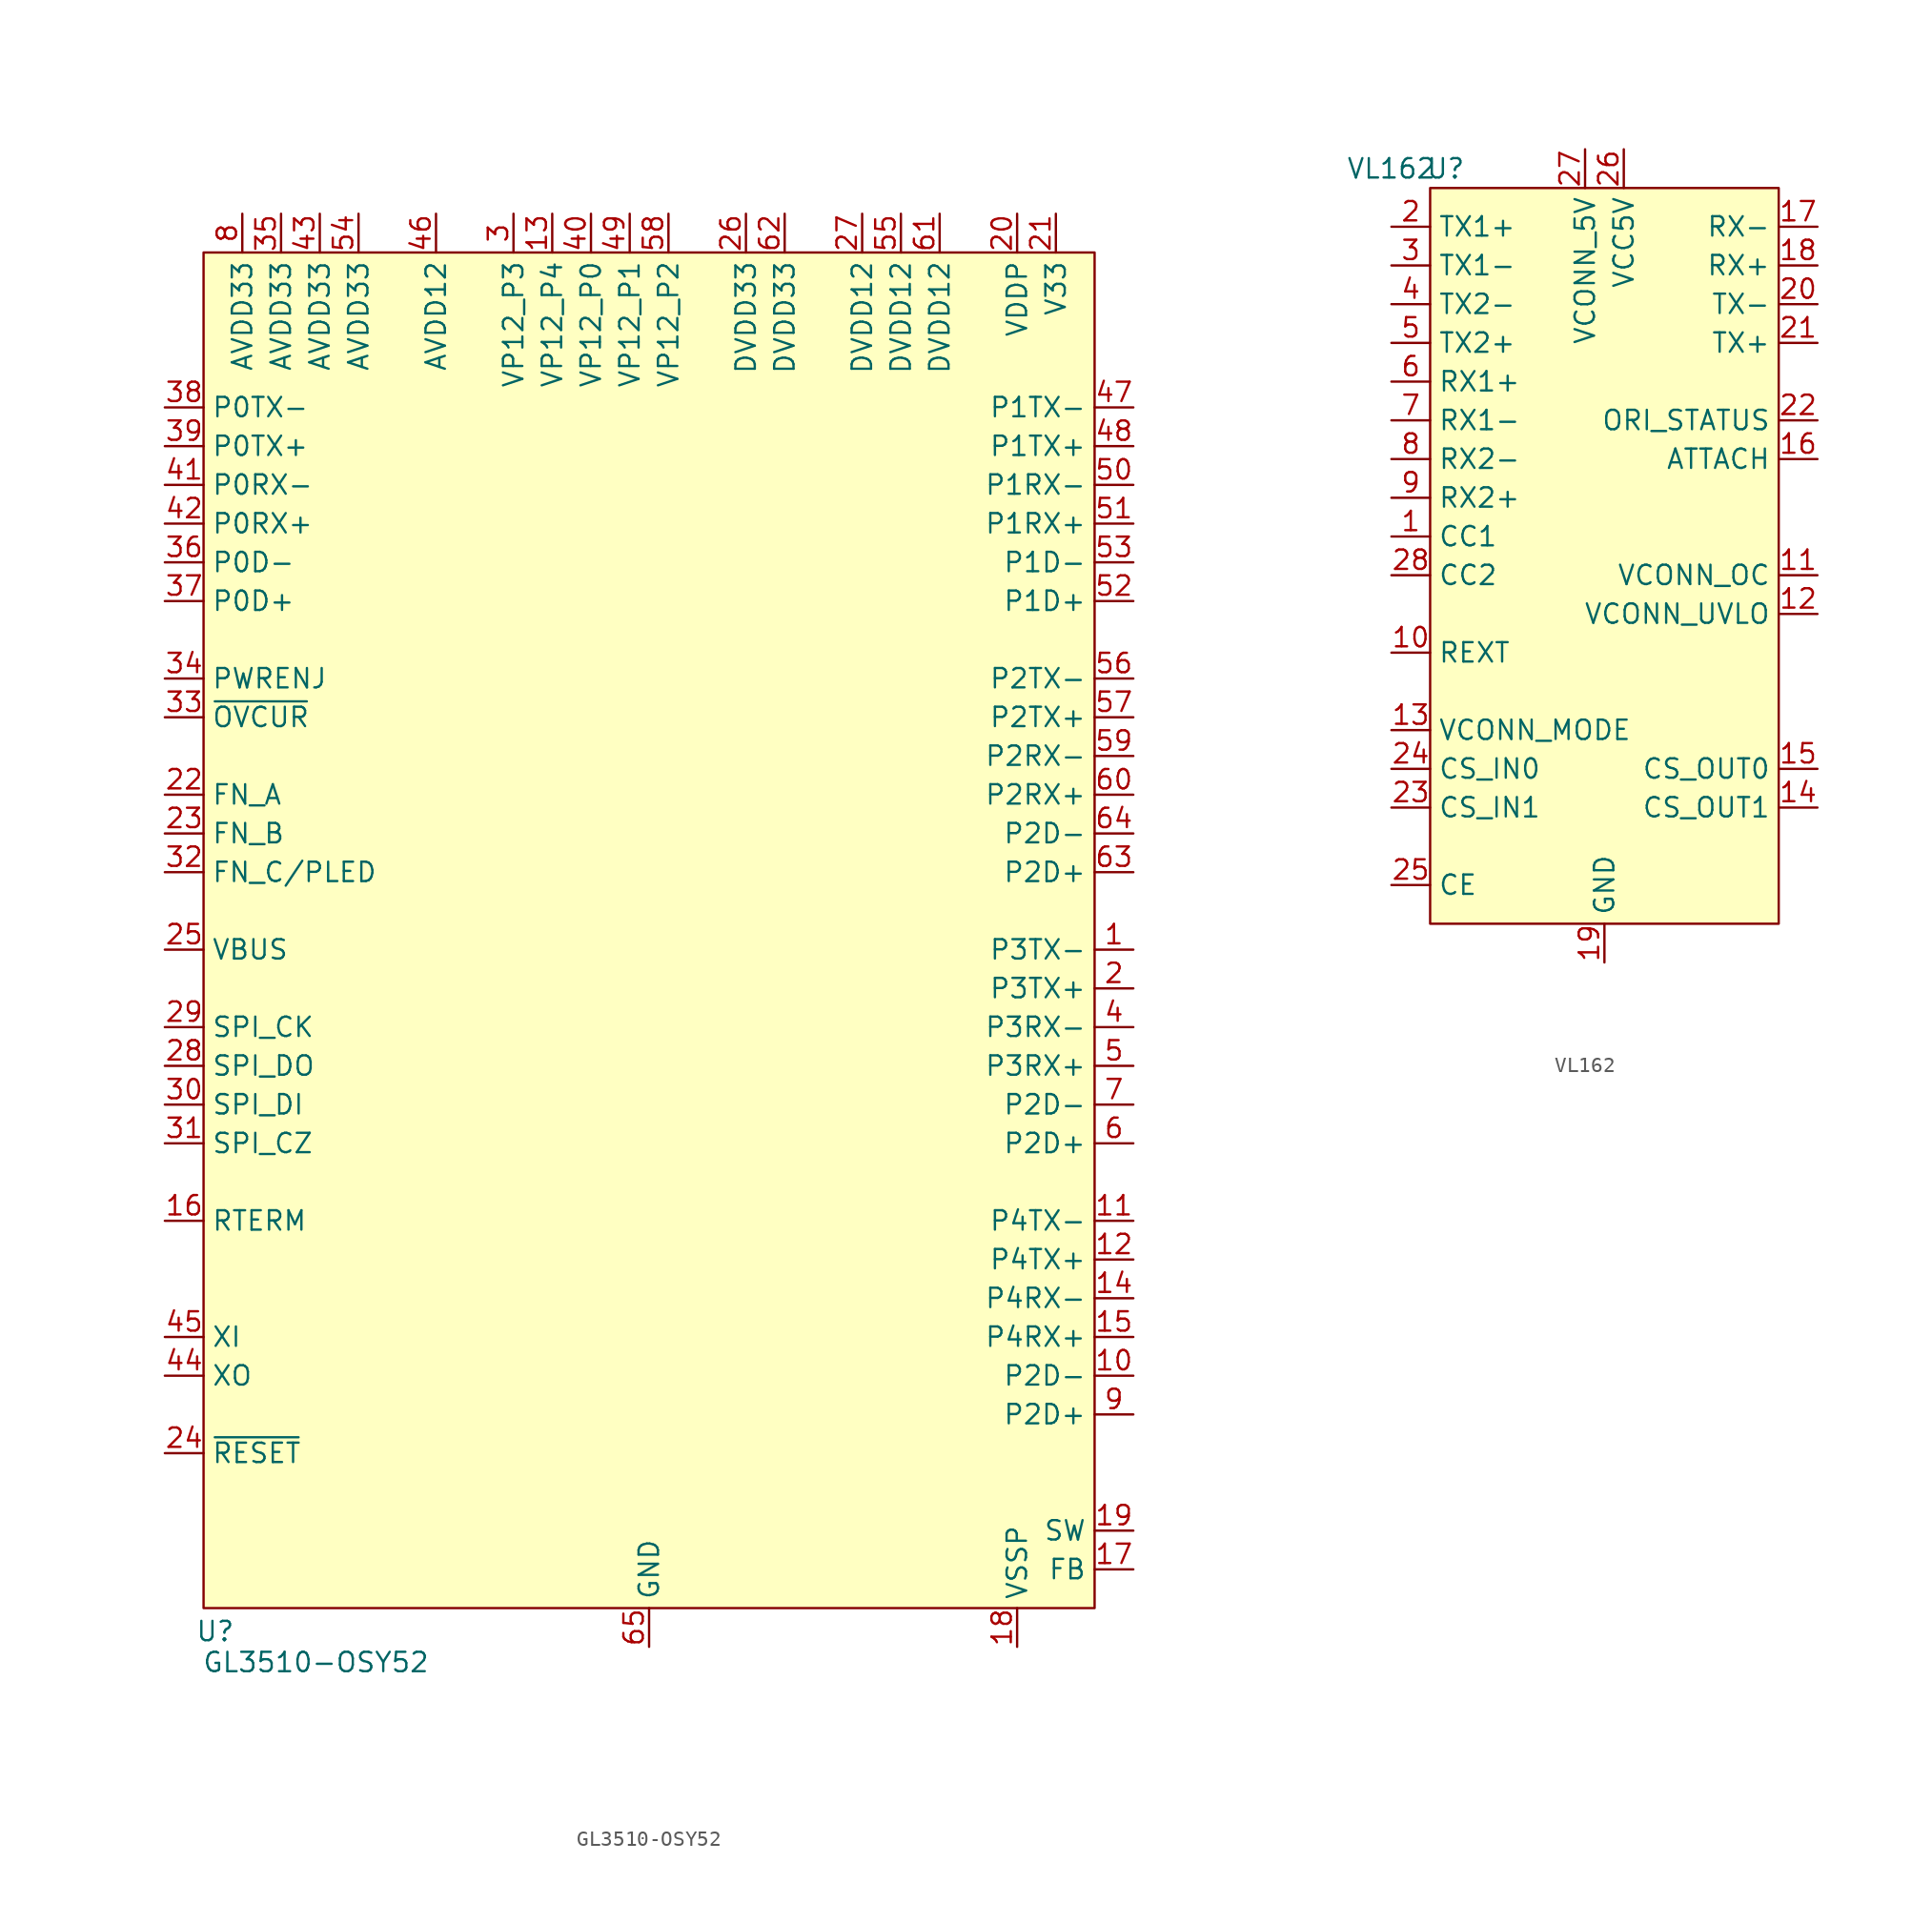
<source format=kicad_sym>
(kicad_symbol_lib
  (version 20231120)
  (generator "kicad_symbol_editor")
  (generator_version "8.0")
  (symbol "GL3510-OSY52"
    (property "Reference" "U"
      (at -28.448 -43.434 0)
      (effects (font (size 1.27 1.27))))
    (property "Value" "GL3510-OSY52"
      (at -21.844 -45.466 0)
      (effects (font (size 1.27 1.27))))
    (symbol "GL3510-OSY52_1_1"
      (rectangle (start -29.21 46.99) (end 29.21 -41.91) (stroke (width 0) (type default)) (fill (type background)))
      (pin output line (at 31.75 1.27 180) (length 2.54) (name "P3TX-" (effects (font (size 1.27 1.27)))) (number "1" (effects (font (size 1.27 1.27)))))
      (pin bidirectional line (at 31.75 -26.67 180) (length 2.54) (name "P2D-" (effects (font (size 1.27 1.27)))) (number "10" (effects (font (size 1.27 1.27)))))
      (pin output line (at 31.75 -16.51 180) (length 2.54) (name "P4TX-" (effects (font (size 1.27 1.27)))) (number "11" (effects (font (size 1.27 1.27)))))
      (pin output line (at 31.75 -19.05 180) (length 2.54) (name "P4TX+" (effects (font (size 1.27 1.27)))) (number "12" (effects (font (size 1.27 1.27)))))
      (pin power_in line (at -6.35 49.53 270) (length 2.54) (name "VP12_P4" (effects (font (size 1.27 1.27)))) (number "13" (effects (font (size 1.27 1.27)))))
      (pin input line (at 31.75 -21.59 180) (length 2.54) (name "P4RX-" (effects (font (size 1.27 1.27)))) (number "14" (effects (font (size 1.27 1.27)))))
      (pin input line (at 31.75 -24.13 180) (length 2.54) (name "P4RX+" (effects (font (size 1.27 1.27)))) (number "15" (effects (font (size 1.27 1.27)))))
      (pin passive line (at -31.75 -16.51 0) (length 2.54) (name "RTERM" (effects (font (size 1.27 1.27)))) (number "16" (effects (font (size 1.27 1.27)))))
      (pin input line (at 31.75 -39.37 180) (length 2.54) (name "FB" (effects (font (size 1.27 1.27)))) (number "17" (effects (font (size 1.27 1.27)))))
      (pin power_in line (at 24.13 -44.45 90) (length 2.54) (name "VSSP" (effects (font (size 1.27 1.27)))) (number "18" (effects (font (size 1.27 1.27)))))
      (pin input line (at 31.75 -36.83 180) (length 2.54) (name "SW" (effects (font (size 1.27 1.27)))) (number "19" (effects (font (size 1.27 1.27)))))
      (pin output line (at 31.75 -1.27 180) (length 2.54) (name "P3TX+" (effects (font (size 1.27 1.27)))) (number "2" (effects (font (size 1.27 1.27)))))
      (pin power_in line (at 24.13 49.53 270) (length 2.54) (name "VDDP" (effects (font (size 1.27 1.27)))) (number "20" (effects (font (size 1.27 1.27)))))
      (pin power_in line (at 26.67 49.53 270) (length 2.54) (name "V33" (effects (font (size 1.27 1.27)))) (number "21" (effects (font (size 1.27 1.27)))))
      (pin bidirectional line (at -31.75 11.43 0) (length 2.54) (name "FN_A" (effects (font (size 1.27 1.27)))) (number "22" (effects (font (size 1.27 1.27)))))
      (pin bidirectional line (at -31.75 8.89 0) (length 2.54) (name "FN_B" (effects (font (size 1.27 1.27)))) (number "23" (effects (font (size 1.27 1.27)))))
      (pin input line (at -31.75 -31.75 0) (length 2.54) (name "~{RESET}" (effects (font (size 1.27 1.27)))) (number "24" (effects (font (size 1.27 1.27)))))
      (pin input line (at -31.75 1.27 0) (length 2.54) (name "VBUS" (effects (font (size 1.27 1.27)))) (number "25" (effects (font (size 1.27 1.27)))))
      (pin power_in line (at 6.35 49.53 270) (length 2.54) (name "DVDD33" (effects (font (size 1.27 1.27)))) (number "26" (effects (font (size 1.27 1.27)))))
      (pin power_in line (at 13.97 49.53 270) (length 2.54) (name "DVDD12" (effects (font (size 1.27 1.27)))) (number "27" (effects (font (size 1.27 1.27)))))
      (pin bidirectional line (at -31.75 -6.35 0) (length 2.54) (name "SPI_DO" (effects (font (size 1.27 1.27)))) (number "28" (effects (font (size 1.27 1.27)))))
      (pin bidirectional line (at -31.75 -3.81 0) (length 2.54) (name "SPI_CK" (effects (font (size 1.27 1.27)))) (number "29" (effects (font (size 1.27 1.27)))))
      (pin power_in line (at -8.89 49.53 270) (length 2.54) (name "VP12_P3" (effects (font (size 1.27 1.27)))) (number "3" (effects (font (size 1.27 1.27)))))
      (pin bidirectional line (at -31.75 -8.89 0) (length 2.54) (name "SPI_DI" (effects (font (size 1.27 1.27)))) (number "30" (effects (font (size 1.27 1.27)))))
      (pin bidirectional line (at -31.75 -11.43 0) (length 2.54) (name "SPI_CZ" (effects (font (size 1.27 1.27)))) (number "31" (effects (font (size 1.27 1.27)))))
      (pin bidirectional line (at -31.75 6.35 0) (length 2.54) (name "FN_C/PLED" (effects (font (size 1.27 1.27)))) (number "32" (effects (font (size 1.27 1.27)))))
      (pin input line (at -31.75 16.51 0) (length 2.54) (name "~{OVCUR}" (effects (font (size 1.27 1.27)))) (number "33" (effects (font (size 1.27 1.27)))))
      (pin bidirectional line (at -31.75 19.05 0) (length 2.54) (name "PWRENJ" (effects (font (size 1.27 1.27)))) (number "34" (effects (font (size 1.27 1.27)))))
      (pin power_in line (at -24.13 49.53 270) (length 2.54) (name "AVDD33" (effects (font (size 1.27 1.27)))) (number "35" (effects (font (size 1.27 1.27)))))
      (pin bidirectional line (at -31.75 26.67 0) (length 2.54) (name "P0D-" (effects (font (size 1.27 1.27)))) (number "36" (effects (font (size 1.27 1.27)))))
      (pin bidirectional line (at -31.75 24.13 0) (length 2.54) (name "P0D+" (effects (font (size 1.27 1.27)))) (number "37" (effects (font (size 1.27 1.27)))))
      (pin output line (at -31.75 36.83 0) (length 2.54) (name "P0TX-" (effects (font (size 1.27 1.27)))) (number "38" (effects (font (size 1.27 1.27)))))
      (pin output line (at -31.75 34.29 0) (length 2.54) (name "P0TX+" (effects (font (size 1.27 1.27)))) (number "39" (effects (font (size 1.27 1.27)))))
      (pin input line (at 31.75 -3.81 180) (length 2.54) (name "P3RX-" (effects (font (size 1.27 1.27)))) (number "4" (effects (font (size 1.27 1.27)))))
      (pin power_in line (at -3.81 49.53 270) (length 2.54) (name "VP12_P0" (effects (font (size 1.27 1.27)))) (number "40" (effects (font (size 1.27 1.27)))))
      (pin input line (at -31.75 31.75 0) (length 2.54) (name "P0RX-" (effects (font (size 1.27 1.27)))) (number "41" (effects (font (size 1.27 1.27)))))
      (pin input line (at -31.75 29.21 0) (length 2.54) (name "P0RX+" (effects (font (size 1.27 1.27)))) (number "42" (effects (font (size 1.27 1.27)))))
      (pin power_in line (at -21.59 49.53 270) (length 2.54) (name "AVDD33" (effects (font (size 1.27 1.27)))) (number "43" (effects (font (size 1.27 1.27)))))
      (pin output line (at -31.75 -26.67 0) (length 2.54) (name "XO" (effects (font (size 1.27 1.27)))) (number "44" (effects (font (size 1.27 1.27)))))
      (pin input line (at -31.75 -24.13 0) (length 2.54) (name "XI" (effects (font (size 1.27 1.27)))) (number "45" (effects (font (size 1.27 1.27)))))
      (pin power_in line (at -13.97 49.53 270) (length 2.54) (name "AVDD12" (effects (font (size 1.27 1.27)))) (number "46" (effects (font (size 1.27 1.27)))))
      (pin output line (at 31.75 36.83 180) (length 2.54) (name "P1TX-" (effects (font (size 1.27 1.27)))) (number "47" (effects (font (size 1.27 1.27)))))
      (pin output line (at 31.75 34.29 180) (length 2.54) (name "P1TX+" (effects (font (size 1.27 1.27)))) (number "48" (effects (font (size 1.27 1.27)))))
      (pin power_in line (at -1.27 49.53 270) (length 2.54) (name "VP12_P1" (effects (font (size 1.27 1.27)))) (number "49" (effects (font (size 1.27 1.27)))))
      (pin input line (at 31.75 -6.35 180) (length 2.54) (name "P3RX+" (effects (font (size 1.27 1.27)))) (number "5" (effects (font (size 1.27 1.27)))))
      (pin input line (at 31.75 31.75 180) (length 2.54) (name "P1RX-" (effects (font (size 1.27 1.27)))) (number "50" (effects (font (size 1.27 1.27)))))
      (pin input line (at 31.75 29.21 180) (length 2.54) (name "P1RX+" (effects (font (size 1.27 1.27)))) (number "51" (effects (font (size 1.27 1.27)))))
      (pin bidirectional line (at 31.75 24.13 180) (length 2.54) (name "P1D+" (effects (font (size 1.27 1.27)))) (number "52" (effects (font (size 1.27 1.27)))))
      (pin bidirectional line (at 31.75 26.67 180) (length 2.54) (name "P1D-" (effects (font (size 1.27 1.27)))) (number "53" (effects (font (size 1.27 1.27)))))
      (pin power_in line (at -19.05 49.53 270) (length 2.54) (name "AVDD33" (effects (font (size 1.27 1.27)))) (number "54" (effects (font (size 1.27 1.27)))))
      (pin power_in line (at 16.51 49.53 270) (length 2.54) (name "DVDD12" (effects (font (size 1.27 1.27)))) (number "55" (effects (font (size 1.27 1.27)))))
      (pin output line (at 31.75 19.05 180) (length 2.54) (name "P2TX-" (effects (font (size 1.27 1.27)))) (number "56" (effects (font (size 1.27 1.27)))))
      (pin output line (at 31.75 16.51 180) (length 2.54) (name "P2TX+" (effects (font (size 1.27 1.27)))) (number "57" (effects (font (size 1.27 1.27)))))
      (pin power_in line (at 1.27 49.53 270) (length 2.54) (name "VP12_P2" (effects (font (size 1.27 1.27)))) (number "58" (effects (font (size 1.27 1.27)))))
      (pin input line (at 31.75 13.97 180) (length 2.54) (name "P2RX-" (effects (font (size 1.27 1.27)))) (number "59" (effects (font (size 1.27 1.27)))))
      (pin bidirectional line (at 31.75 -11.43 180) (length 2.54) (name "P2D+" (effects (font (size 1.27 1.27)))) (number "6" (effects (font (size 1.27 1.27)))))
      (pin input line (at 31.75 11.43 180) (length 2.54) (name "P2RX+" (effects (font (size 1.27 1.27)))) (number "60" (effects (font (size 1.27 1.27)))))
      (pin power_in line (at 19.05 49.53 270) (length 2.54) (name "DVDD12" (effects (font (size 1.27 1.27)))) (number "61" (effects (font (size 1.27 1.27)))))
      (pin power_in line (at 8.89 49.53 270) (length 2.54) (name "DVDD33" (effects (font (size 1.27 1.27)))) (number "62" (effects (font (size 1.27 1.27)))))
      (pin bidirectional line (at 31.75 6.35 180) (length 2.54) (name "P2D+" (effects (font (size 1.27 1.27)))) (number "63" (effects (font (size 1.27 1.27)))))
      (pin bidirectional line (at 31.75 8.89 180) (length 2.54) (name "P2D-" (effects (font (size 1.27 1.27)))) (number "64" (effects (font (size 1.27 1.27)))))
      (pin power_in line (at 0 -44.45 90) (length 2.54) (name "GND" (effects (font (size 1.27 1.27)))) (number "65" (effects (font (size 1.27 1.27)))))
      (pin bidirectional line (at 31.75 -8.89 180) (length 2.54) (name "P2D-" (effects (font (size 1.27 1.27)))) (number "7" (effects (font (size 1.27 1.27)))))
      (pin power_in line (at -26.67 49.53 270) (length 2.54) (name "AVDD33" (effects (font (size 1.27 1.27)))) (number "8" (effects (font (size 1.27 1.27)))))
      (pin bidirectional line (at 31.75 -29.21 180) (length 2.54) (name "P2D+" (effects (font (size 1.27 1.27)))) (number "9" (effects (font (size 1.27 1.27)))))))
  (symbol "VL162"
    (property "Reference" "U"
      (at -10.414 25.4 0)
      (effects (font (size 1.27 1.27))))
    (property "Value" "VL162"
      (at -13.97 25.4 0)
      (effects (font (size 1.27 1.27))))
    (symbol "VL162_1_1"
      (rectangle (start -11.43 24.13) (end 11.43 -24.13) (stroke (width 0) (type default)) (fill (type background)))
      (pin bidirectional line (at -13.97 1.27 0) (length 2.54) (name "CC1" (effects (font (size 1.27 1.27)))) (number "1" (effects (font (size 1.27 1.27)))))
      (pin input line (at -13.97 -6.35 0) (length 2.54) (name "REXT" (effects (font (size 1.27 1.27)))) (number "10" (effects (font (size 1.27 1.27)))))
      (pin output line (at 13.97 -1.27 180) (length 2.54) (name "VCONN_OC" (effects (font (size 1.27 1.27)))) (number "11" (effects (font (size 1.27 1.27)))))
      (pin output line (at 13.97 -3.81 180) (length 2.54) (name "VCONN_UVLO" (effects (font (size 1.27 1.27)))) (number "12" (effects (font (size 1.27 1.27)))))
      (pin input line (at -13.97 -11.43 0) (length 2.54) (name "VCONN_MODE" (effects (font (size 1.27 1.27)))) (number "13" (effects (font (size 1.27 1.27)))))
      (pin output line (at 13.97 -16.51 180) (length 2.54) (name "CS_OUT1" (effects (font (size 1.27 1.27)))) (number "14" (effects (font (size 1.27 1.27)))))
      (pin output line (at 13.97 -13.97 180) (length 2.54) (name "CS_OUT0" (effects (font (size 1.27 1.27)))) (number "15" (effects (font (size 1.27 1.27)))))
      (pin output line (at 13.97 6.35 180) (length 2.54) (name "ATTACH" (effects (font (size 1.27 1.27)))) (number "16" (effects (font (size 1.27 1.27)))))
      (pin bidirectional line (at 13.97 21.59 180) (length 2.54) (name "RX-" (effects (font (size 1.27 1.27)))) (number "17" (effects (font (size 1.27 1.27)))))
      (pin bidirectional line (at 13.97 19.05 180) (length 2.54) (name "RX+" (effects (font (size 1.27 1.27)))) (number "18" (effects (font (size 1.27 1.27)))))
      (pin power_in line (at 0 -26.67 90) (length 2.54) (name "GND" (effects (font (size 1.27 1.27)))) (number "19" (effects (font (size 1.27 1.27)))))
      (pin bidirectional line (at -13.97 21.59 0) (length 2.54) (name "TX1+" (effects (font (size 1.27 1.27)))) (number "2" (effects (font (size 1.27 1.27)))))
      (pin bidirectional line (at 13.97 16.51 180) (length 2.54) (name "TX-" (effects (font (size 1.27 1.27)))) (number "20" (effects (font (size 1.27 1.27)))))
      (pin bidirectional line (at 13.97 13.97 180) (length 2.54) (name "TX+" (effects (font (size 1.27 1.27)))) (number "21" (effects (font (size 1.27 1.27)))))
      (pin output line (at 13.97 8.89 180) (length 2.54) (name "ORI_STATUS" (effects (font (size 1.27 1.27)))) (number "22" (effects (font (size 1.27 1.27)))))
      (pin input line (at -13.97 -16.51 0) (length 2.54) (name "CS_IN1" (effects (font (size 1.27 1.27)))) (number "23" (effects (font (size 1.27 1.27)))))
      (pin input line (at -13.97 -13.97 0) (length 2.54) (name "CS_IN0" (effects (font (size 1.27 1.27)))) (number "24" (effects (font (size 1.27 1.27)))))
      (pin input line (at -13.97 -21.59 0) (length 2.54) (name "CE" (effects (font (size 1.27 1.27)))) (number "25" (effects (font (size 1.27 1.27)))))
      (pin power_in line (at 1.27 26.67 270) (length 2.54) (name "VCC5V" (effects (font (size 1.27 1.27)))) (number "26" (effects (font (size 1.27 1.27)))))
      (pin power_in line (at -1.27 26.67 270) (length 2.54) (name "VCONN_5V" (effects (font (size 1.27 1.27)))) (number "27" (effects (font (size 1.27 1.27)))))
      (pin bidirectional line (at -13.97 -1.27 0) (length 2.54) (name "CC2" (effects (font (size 1.27 1.27)))) (number "28" (effects (font (size 1.27 1.27)))))
      (pin power_in line (at 0 -26.67 90) (length 2.54) hide (name "GND" (effects (font (size 1.27 1.27)))) (number "29" (effects (font (size 1.27 1.27)))))
      (pin bidirectional line (at -13.97 19.05 0) (length 2.54) (name "TX1-" (effects (font (size 1.27 1.27)))) (number "3" (effects (font (size 1.27 1.27)))))
      (pin bidirectional line (at -13.97 16.51 0) (length 2.54) (name "TX2-" (effects (font (size 1.27 1.27)))) (number "4" (effects (font (size 1.27 1.27)))))
      (pin bidirectional line (at -13.97 13.97 0) (length 2.54) (name "TX2+" (effects (font (size 1.27 1.27)))) (number "5" (effects (font (size 1.27 1.27)))))
      (pin bidirectional line (at -13.97 11.43 0) (length 2.54) (name "RX1+" (effects (font (size 1.27 1.27)))) (number "6" (effects (font (size 1.27 1.27)))))
      (pin bidirectional line (at -13.97 8.89 0) (length 2.54) (name "RX1-" (effects (font (size 1.27 1.27)))) (number "7" (effects (font (size 1.27 1.27)))))
      (pin bidirectional line (at -13.97 6.35 0) (length 2.54) (name "RX2-" (effects (font (size 1.27 1.27)))) (number "8" (effects (font (size 1.27 1.27)))))
      (pin bidirectional line (at -13.97 3.81 0) (length 2.54) (name "RX2+" (effects (font (size 1.27 1.27)))) (number "9" (effects (font (size 1.27 1.27))))))))
</source>
